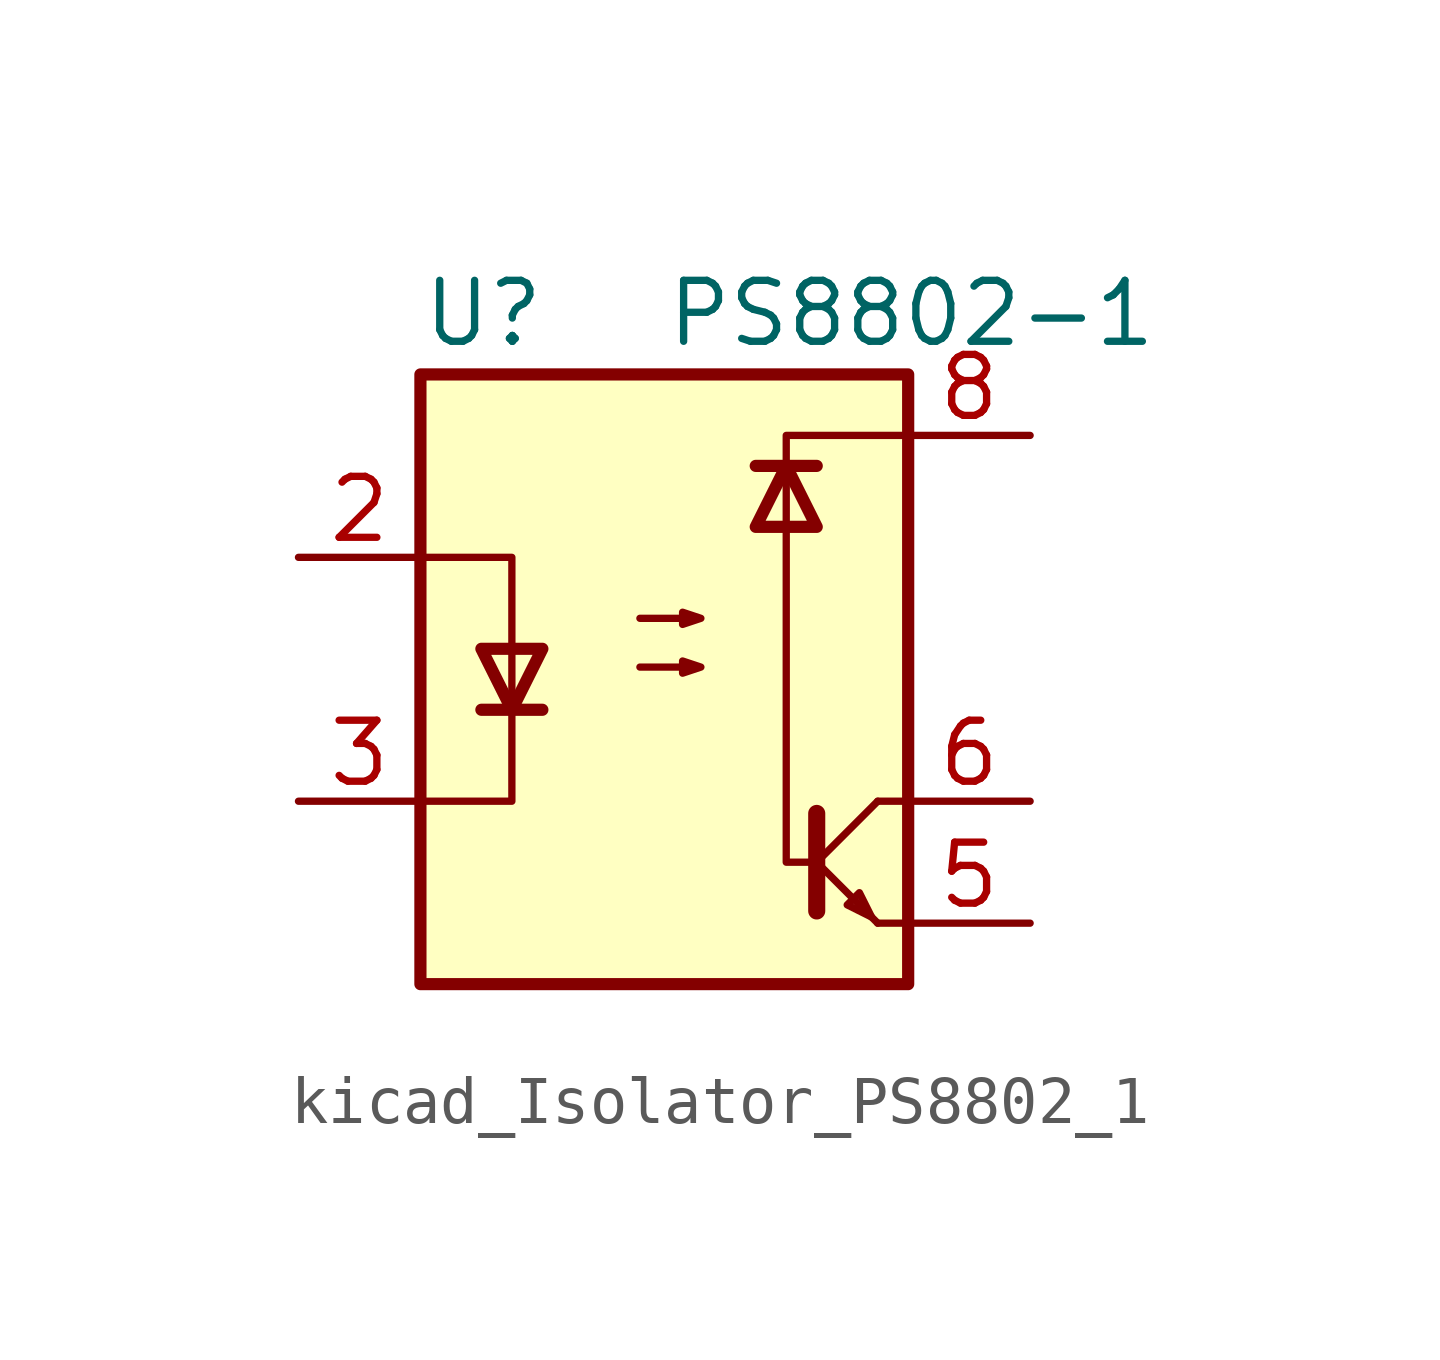
<source format=kicad_sym>
(kicad_symbol_lib
  (version 20220914)
  (generator kicad_symbol_editor)
  (symbol "kicad_Isolator_PS8802_1"
    (pin_names hide)
    (property "Reference" "U"
      (at -5.08 7.62 0)
      (effects (font (size 1.27 1.27)) (justify left)))
    (property "Value" "PS8802-1"
      (at 0 7.62 0)
      (effects (font (size 1.27 1.27)) (justify left)))
    (symbol "kicad_Isolator_PS8802_1_0_1"
      (rectangle (start -5.08 6.35) (end 5.08 -6.35) (stroke (width 0.254) (type default)) (fill (type background)))
      (polyline (pts (xy -3.81 -0.635) (xy -2.54 -0.635)) (stroke (width 0.254) (type default)) (fill (type none)))
      (polyline (pts (xy 1.905 4.445) (xy 3.175 4.445)) (stroke (width 0.254) (type default)) (fill (type none)))
      (polyline (pts (xy 3.175 -2.794) (xy 3.175 -4.826)) (stroke (width 0.356) (type default)) (fill (type none)))
      (polyline (pts (xy 3.302 -3.937) (xy 4.445 -5.08)) (stroke (width 0) (type default)) (fill (type none)))
      (polyline (pts (xy 3.302 -3.683) (xy 4.445 -2.54)) (stroke (width 0) (type default)) (fill (type none)))
      (polyline (pts (xy 5.08 -5.08) (xy 4.445 -5.08)) (stroke (width 0) (type default)) (fill (type none)))
      (polyline (pts (xy 5.08 -2.54) (xy 4.445 -2.54)) (stroke (width 0) (type default)) (fill (type none)))
      (polyline (pts (xy -5.08 2.54) (xy -3.175 2.54) (xy -3.175 -2.54) (xy -5.08 -2.54)) (stroke (width 0) (type default)) (fill (type none)))
      (polyline (pts (xy -3.175 -0.635) (xy -3.81 0.635) (xy -2.54 0.635) (xy -3.175 -0.635)) (stroke (width 0.254) (type default)) (fill (type none)))
      (polyline (pts (xy 2.54 4.445) (xy 1.905 3.175) (xy 3.175 3.175) (xy 2.54 4.445)) (stroke (width 0.254) (type default)) (fill (type none)))
      (polyline (pts (xy 4.318 -4.953) (xy 4.064 -4.445) (xy 3.81 -4.699) (xy 4.318 -4.953)) (stroke (width 0) (type default)) (fill (type none)))
      (polyline (pts (xy -0.508 0.254) (xy 0.762 0.254) (xy 0.381 0.127) (xy 0.381 0.381) (xy 0.762 0.254)) (stroke (width 0) (type default)) (fill (type none)))
      (polyline (pts (xy -0.508 1.27) (xy 0.762 1.27) (xy 0.381 1.143) (xy 0.381 1.397) (xy 0.762 1.27)) (stroke (width 0) (type default)) (fill (type none)))
      (polyline (pts (xy 5.08 5.08) (xy 2.54 5.08) (xy 2.54 1.905) (xy 2.54 -3.81) (xy 3.175 -3.81)) (stroke (width 0) (type default)) (fill (type none))))
    (symbol "kicad_Isolator_PS8802_1_1_1"
      (pin no_connect line (at -5.08 5.08 0) (length 2.54) hide (name "NC" (effects (font (size 1.27 1.27)))) (number "1" (effects (font (size 1.27 1.27)))))
      (pin passive line (at -7.62 2.54 0) (length 2.54) (name "A" (effects (font (size 1.27 1.27)))) (number "2" (effects (font (size 1.27 1.27)))))
      (pin passive line (at -7.62 -2.54 0) (length 2.54) (name "C" (effects (font (size 1.27 1.27)))) (number "3" (effects (font (size 1.27 1.27)))))
      (pin no_connect line (at -5.08 -5.08 0) (length 2.54) hide (name "NC" (effects (font (size 1.27 1.27)))) (number "4" (effects (font (size 1.27 1.27)))))
      (pin passive line (at 7.62 -5.08 180) (length 2.54) (name "GND" (effects (font (size 1.27 1.27)))) (number "5" (effects (font (size 1.27 1.27)))))
      (pin passive line (at 7.62 -2.54 180) (length 2.54) (name "VO" (effects (font (size 1.27 1.27)))) (number "6" (effects (font (size 1.27 1.27)))))
      (pin no_connect line (at 5.08 2.54 180) (length 2.54) hide (name "NC" (effects (font (size 1.27 1.27)))) (number "7" (effects (font (size 1.27 1.27)))))
      (pin passive line (at 7.62 5.08 180) (length 2.54) (name "VCC" (effects (font (size 1.27 1.27)))) (number "8" (effects (font (size 1.27 1.27))))))))
</source>
